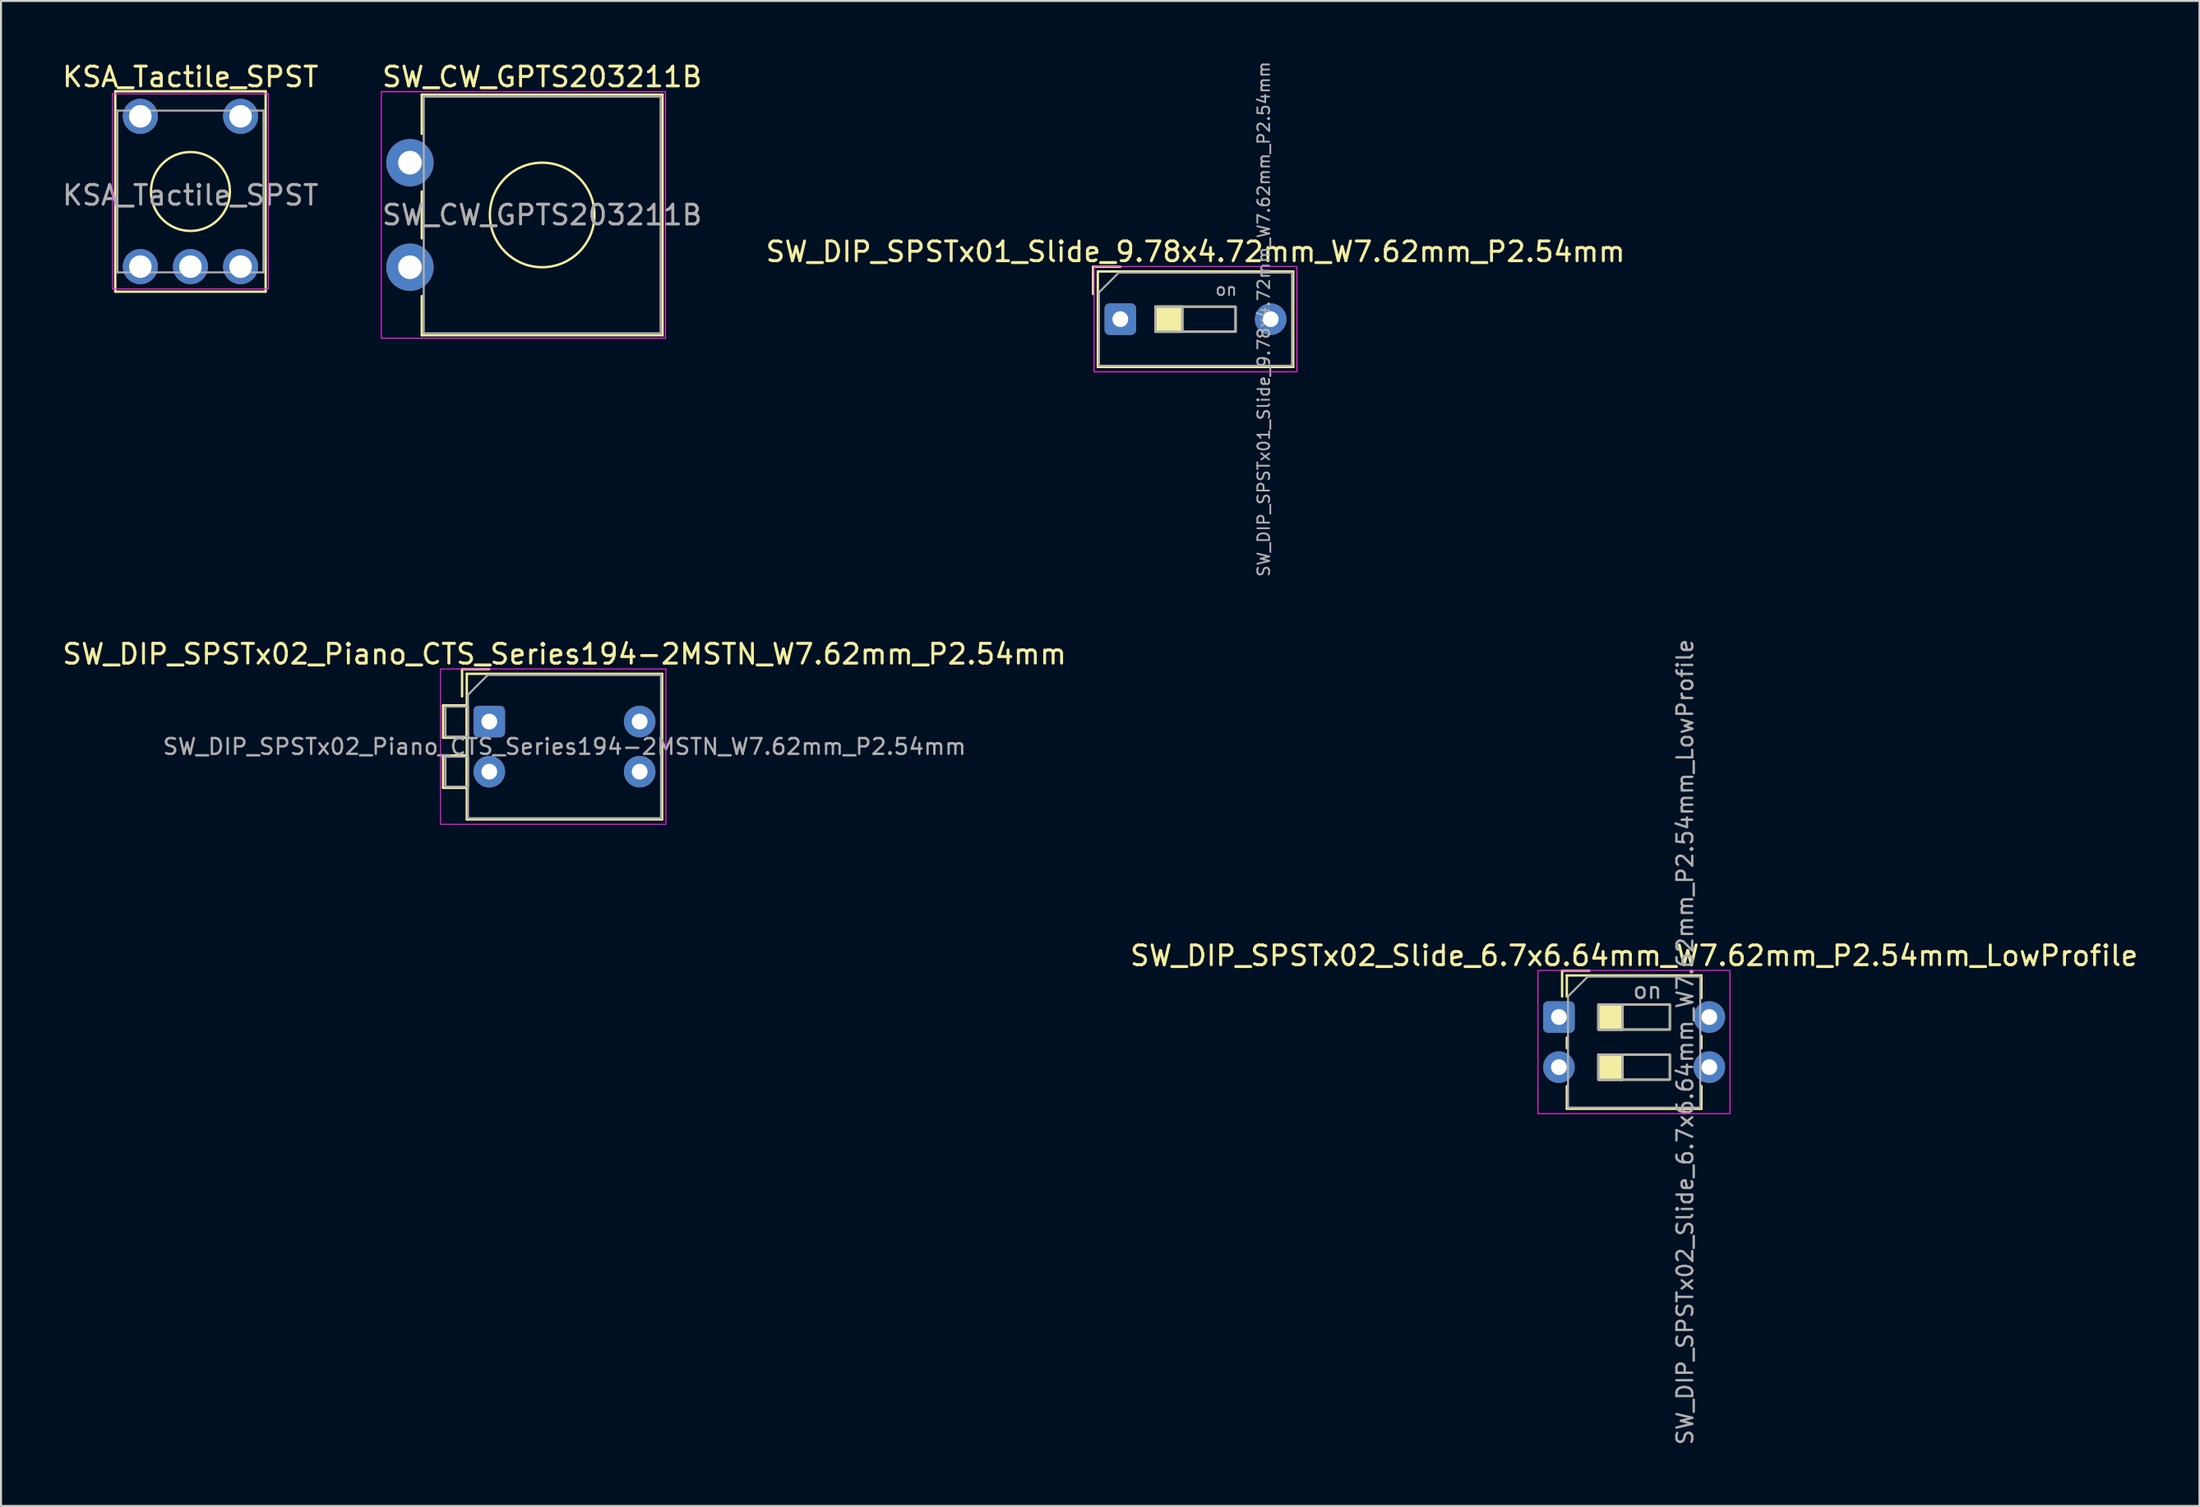
<source format=kicad_pcb>
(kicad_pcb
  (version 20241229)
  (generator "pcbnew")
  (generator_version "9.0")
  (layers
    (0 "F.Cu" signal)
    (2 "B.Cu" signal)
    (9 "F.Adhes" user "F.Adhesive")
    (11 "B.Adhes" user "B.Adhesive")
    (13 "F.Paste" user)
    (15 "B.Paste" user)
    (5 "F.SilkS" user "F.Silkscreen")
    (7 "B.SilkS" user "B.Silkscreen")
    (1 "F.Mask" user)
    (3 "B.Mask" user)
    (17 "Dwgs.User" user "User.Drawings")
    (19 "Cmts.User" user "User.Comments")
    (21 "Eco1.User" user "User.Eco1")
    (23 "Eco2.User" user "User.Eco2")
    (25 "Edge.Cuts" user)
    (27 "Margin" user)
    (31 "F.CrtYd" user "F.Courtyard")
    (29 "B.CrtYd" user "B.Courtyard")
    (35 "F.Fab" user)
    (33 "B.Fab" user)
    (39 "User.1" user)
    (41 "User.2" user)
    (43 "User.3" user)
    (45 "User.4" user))
  (footprint "SW_DIP_SPSTx01_Slide_9.78x4.72mm_W7.62mm_P2.54mm"
    (layer "F.Cu")
    (at 53.72 13.132)
    (property "Reference" "SW_DIP_SPSTx01_Slide_9.78x4.72mm_W7.62mm_P2.54mm" (at 3.81 -3.42 0) (layer "F.SilkS") (effects (font (size 1 1) (thickness 0.15))))
    (attr through_hole)
    (fp_line (start -1.38 -2.66) (end -1.38 -1.277) (stroke (width 0.12) (type solid)) (layer "F.SilkS"))
    (fp_line (start -1.38 -2.66) (end 0.003 -2.66) (stroke (width 0.12) (type solid)) (layer "F.SilkS"))
    (fp_line (start -1.14 -2.42) (end -1.14 2.42) (stroke (width 0.12) (type solid)) (layer "F.SilkS"))
    (fp_line (start -1.14 -2.42) (end 8.76 -2.42) (stroke (width 0.12) (type solid)) (layer "F.SilkS"))
    (fp_line (start -1.14 2.42) (end 8.76 2.42) (stroke (width 0.12) (type solid)) (layer "F.SilkS"))
    (fp_line (start 3.133 -0.635) (end 3.133 0.635) (stroke (width 0.12) (type solid)) (layer "F.SilkS"))
    (fp_line (start 8.76 -2.42) (end 8.76 2.42) (stroke (width 0.12) (type solid)) (layer "F.SilkS"))
    (fp_rect (start 1.78 -0.635) (end 3.133 0.635) (stroke (width 0.12) (type solid)) (fill yes) (layer "F.SilkS"))
    (fp_rect (start 1.78 -0.635) (end 5.84 0.635) (stroke (width 0.12) (type solid)) (fill no) (layer "F.SilkS"))
    (fp_rect (start -1.33 -2.67) (end 8.95 2.67) (stroke (width 0.05) (type solid)) (fill no) (layer "F.CrtYd"))
    (fp_line (start -1.08 -1.36) (end -0.08 -2.36) (stroke (width 0.1) (type solid)) (layer "F.Fab"))
    (fp_line (start -1.08 2.36) (end -1.08 -1.36) (stroke (width 0.1) (type solid)) (layer "F.Fab"))
    (fp_line (start -0.08 -2.36) (end 8.7 -2.36) (stroke (width 0.1) (type solid)) (layer "F.Fab"))
    (fp_line (start 3.133 -0.635) (end 3.133 0.635) (stroke (width 0.1) (type solid)) (layer "F.Fab"))
    (fp_line (start 8.7 -2.36) (end 8.7 2.36) (stroke (width 0.1) (type solid)) (layer "F.Fab"))
    (fp_line (start 8.7 2.36) (end -1.08 2.36) (stroke (width 0.1) (type solid)) (layer "F.Fab"))
    (fp_rect (start 1.78 -0.635) (end 3.133 0.635) (stroke (width 0.1) (type solid)) (fill no) (layer "F.Fab"))
    (fp_rect (start 1.78 -0.635) (end 5.84 0.635) (stroke (width 0.1) (type solid)) (fill no) (layer "F.Fab"))
    (fp_text user "on" (at 5.365 -1.498 0) (layer "F.Fab") (effects (font (size 0.6 0.6) (thickness 0.09))))
    (fp_text user "${REFERENCE}" (at 7.27 0 90) (layer "F.Fab") (effects (font (size 0.6 0.6) (thickness 0.09))))
    (pad "1" thru_hole roundrect (at 0 0) (size 1.6 1.6) (drill 0.8) (layers "*.Cu" "*.Mask") (roundrect_rratio 0.156))
    (pad "2" thru_hole circle (at 7.62 0) (size 1.6 1.6) (drill 0.8) (layers "*.Cu" "*.Mask")))
  (footprint "SW_DIP_SPSTx02_Slide_6.7x6.64mm_W7.62mm_P2.54mm_LowProfile"
    (layer "F.Cu")
    (at 75.946 48.513)
    (property "Reference" "SW_DIP_SPSTx02_Slide_6.7x6.64mm_W7.62mm_P2.54mm_LowProfile" (at 3.81 -3.11 0) (layer "F.SilkS") (effects (font (size 1 1) (thickness 0.15))))
    (attr through_hole)
    (fp_line (start 0.16 -2.35) (end 0.16 -1.04) (stroke (width 0.12) (type solid)) (layer "F.SilkS"))
    (fp_line (start 0.16 -2.35) (end 1.543 -2.35) (stroke (width 0.12) (type solid)) (layer "F.SilkS"))
    (fp_line (start 0.4 -2.11) (end 0.4 -1.04) (stroke (width 0.12) (type solid)) (layer "F.SilkS"))
    (fp_line (start 0.4 -2.11) (end 7.22 -2.11) (stroke (width 0.12) (type solid)) (layer "F.SilkS"))
    (fp_line (start 0.4 1.04) (end 0.4 1.58) (stroke (width 0.12) (type solid)) (layer "F.SilkS"))
    (fp_line (start 0.4 3.5) (end 0.4 4.65) (stroke (width 0.12) (type solid)) (layer "F.SilkS"))
    (fp_line (start 0.4 4.65) (end 7.22 4.65) (stroke (width 0.12) (type solid)) (layer "F.SilkS"))
    (fp_line (start 3.207 -0.635) (end 3.207 0.635) (stroke (width 0.12) (type solid)) (layer "F.SilkS"))
    (fp_line (start 3.207 1.905) (end 3.207 3.175) (stroke (width 0.12) (type solid)) (layer "F.SilkS"))
    (fp_line (start 7.22 -2.11) (end 7.22 -0.96) (stroke (width 0.12) (type solid)) (layer "F.SilkS"))
    (fp_line (start 7.22 0.96) (end 7.22 1.58) (stroke (width 0.12) (type solid)) (layer "F.SilkS"))
    (fp_line (start 7.22 3.5) (end 7.22 4.65) (stroke (width 0.12) (type solid)) (layer "F.SilkS"))
    (fp_rect (start 2 -0.635) (end 3.207 0.635) (stroke (width 0.12) (type solid)) (fill yes) (layer "F.SilkS"))
    (fp_rect (start 2 -0.635) (end 5.62 0.635) (stroke (width 0.12) (type solid)) (fill no) (layer "F.SilkS"))
    (fp_rect (start 2 1.905) (end 3.207 3.175) (stroke (width 0.12) (type solid)) (fill yes) (layer "F.SilkS"))
    (fp_rect (start 2 1.905) (end 5.62 3.175) (stroke (width 0.12) (type solid)) (fill no) (layer "F.SilkS"))
    (fp_rect (start -1.06 -2.36) (end 8.67 4.9) (stroke (width 0.05) (type solid)) (fill no) (layer "F.CrtYd"))
    (fp_line (start 0.46 -1.05) (end 1.46 -2.05) (stroke (width 0.1) (type solid)) (layer "F.Fab"))
    (fp_line (start 0.46 4.59) (end 0.46 -1.05) (stroke (width 0.1) (type solid)) (layer "F.Fab"))
    (fp_line (start 1.46 -2.05) (end 7.16 -2.05) (stroke (width 0.1) (type solid)) (layer "F.Fab"))
    (fp_line (start 3.207 -0.635) (end 3.207 0.635) (stroke (width 0.1) (type solid)) (layer "F.Fab"))
    (fp_line (start 3.207 1.905) (end 3.207 3.175) (stroke (width 0.1) (type solid)) (layer "F.Fab"))
    (fp_line (start 7.16 -2.05) (end 7.16 4.59) (stroke (width 0.1) (type solid)) (layer "F.Fab"))
    (fp_line (start 7.16 4.59) (end 0.46 4.59) (stroke (width 0.1) (type solid)) (layer "F.Fab"))
    (fp_rect (start 2 -0.635) (end 3.207 0.635) (stroke (width 0.1) (type solid)) (fill no) (layer "F.Fab"))
    (fp_rect (start 2 -0.635) (end 5.62 0.635) (stroke (width 0.1) (type solid)) (fill no) (layer "F.Fab"))
    (fp_rect (start 2 1.905) (end 3.207 3.175) (stroke (width 0.1) (type solid)) (fill no) (layer "F.Fab"))
    (fp_rect (start 2 1.905) (end 5.62 3.175) (stroke (width 0.1) (type solid)) (fill no) (layer "F.Fab"))
    (fp_text user "${REFERENCE}" (at 6.39 1.27 90) (layer "F.Fab") (effects (font (size 0.8 0.8) (thickness 0.12))))
    (fp_text user "on" (at 4.485 -1.343 0) (layer "F.Fab") (effects (font (size 0.8 0.8) (thickness 0.12))))
    (pad "1" thru_hole roundrect (at 0 0) (size 1.6 1.6) (drill 0.8) (layers "*.Cu" "*.Mask") (roundrect_rratio 0.156))
    (pad "2" thru_hole circle (at 0 2.54) (size 1.6 1.6) (drill 0.8) (layers "*.Cu" "*.Mask"))
    (pad "3" thru_hole circle (at 7.62 2.54) (size 1.6 1.6) (drill 0.8) (layers "*.Cu" "*.Mask"))
    (pad "4" thru_hole circle (at 7.62 0) (size 1.6 1.6) (drill 0.8) (layers "*.Cu" "*.Mask")))
  (footprint "KSA_Tactile_SPST"
    (layer "F.Cu")
    (at 4.061 2.848)
    (property "Reference" "KSA_Tactile_SPST" (at 2.54 -2 0) (layer "F.SilkS") (effects (font (size 1 1) (thickness 0.15))))
    (attr through_hole)
    (fp_line (start -1.27 -1.27) (end -1.27 8.89) (stroke (width 0.12) (type solid)) (layer "F.SilkS"))
    (fp_line (start -1.27 -1.27) (end 6.35 -1.27) (stroke (width 0.12) (type solid)) (layer "F.SilkS"))
    (fp_line (start -1.27 8.89) (end 6.35 8.89) (stroke (width 0.12) (type solid)) (layer "F.SilkS"))
    (fp_line (start 6.35 8.89) (end 6.35 -1.27) (stroke (width 0.12) (type solid)) (layer "F.SilkS"))
    (fp_circle (center 2.54 3.81) (end 0.54 3.81) (stroke (width 0.12) (type solid)) (fill no) (layer "F.SilkS"))
    (fp_line (start -1.41 -1.14) (end -1.41 8.75) (stroke (width 0.05) (type solid)) (layer "F.CrtYd"))
    (fp_line (start -1.41 -1.14) (end 6.49 -1.14) (stroke (width 0.05) (type solid)) (layer "F.CrtYd"))
    (fp_line (start 6.49 8.75) (end -1.41 8.75) (stroke (width 0.05) (type solid)) (layer "F.CrtYd"))
    (fp_line (start 6.49 8.75) (end 6.49 -1.14) (stroke (width 0.05) (type solid)) (layer "F.CrtYd"))
    (fp_line (start -1.16 7.91) (end -1.16 -0.29) (stroke (width 0.1) (type solid)) (layer "F.Fab"))
    (fp_line (start -1.16 7.91) (end 6.24 7.91) (stroke (width 0.1) (type solid)) (layer "F.Fab"))
    (fp_line (start 6.24 -0.29) (end -1.16 -0.29) (stroke (width 0.1) (type solid)) (layer "F.Fab"))
    (fp_line (start 6.24 7.91) (end 6.24 -0.29) (stroke (width 0.1) (type solid)) (layer "F.Fab"))
    (fp_text user "${REFERENCE}" (at 2.54 4 0) (layer "F.Fab") (effects (font (size 1 1) (thickness 0.15))))
    (pad "1" thru_hole circle (at 0 0) (size 1.778 1.778) (drill 1.143) (layers "*.Cu" "*.Mask"))
    (pad "2" thru_hole circle (at 5.08 0) (size 1.778 1.778) (drill 1.143) (layers "*.Cu" "*.Mask"))
    (pad "3" thru_hole circle (at 5.08 7.62) (size 1.778 1.778) (drill 1.143) (layers "*.Cu" "*.Mask"))
    (pad "4" thru_hole circle (at 2.54 7.62) (size 1.778 1.778) (drill 1.143) (layers "*.Cu" "*.Mask"))
    (pad "5" thru_hole circle (at 0 7.62) (size 1.778 1.778) (drill 1.143) (layers "*.Cu" "*.Mask")))
  (footprint "SW_DIP_SPSTx02_Piano_CTS_Series194-2MSTN_W7.62mm_P2.54mm"
    (layer "F.Cu")
    (at 21.744 33.533)
    (property "Reference" "SW_DIP_SPSTx02_Piano_CTS_Series194-2MSTN_W7.62mm_P2.54mm" (at 3.81 -3.42 0) (layer "F.SilkS") (effects (font (size 1 1) (thickness 0.15))))
    (attr through_hole)
    (fp_line (start -2.34 -0.82) (end -1.14 -0.82) (stroke (width 0.12) (type solid)) (layer "F.SilkS"))
    (fp_line (start -2.34 0.82) (end -2.34 -0.82) (stroke (width 0.12) (type solid)) (layer "F.SilkS"))
    (fp_line (start -2.34 1.72) (end -1.14 1.72) (stroke (width 0.12) (type solid)) (layer "F.SilkS"))
    (fp_line (start -2.34 3.36) (end -2.34 1.72) (stroke (width 0.12) (type solid)) (layer "F.SilkS"))
    (fp_line (start -1.38 -2.66) (end -1.38 -1.277) (stroke (width 0.12) (type solid)) (layer "F.SilkS"))
    (fp_line (start -1.38 -2.66) (end 0.003 -2.66) (stroke (width 0.12) (type solid)) (layer "F.SilkS"))
    (fp_line (start -1.14 -2.42) (end -1.14 4.96) (stroke (width 0.12) (type solid)) (layer "F.SilkS"))
    (fp_line (start -1.14 -2.42) (end 8.76 -2.42) (stroke (width 0.12) (type solid)) (layer "F.SilkS"))
    (fp_line (start -1.14 -0.82) (end -1.14 0.82) (stroke (width 0.12) (type solid)) (layer "F.SilkS"))
    (fp_line (start -1.14 0.82) (end -2.34 0.82) (stroke (width 0.12) (type solid)) (layer "F.SilkS"))
    (fp_line (start -1.14 1.72) (end -1.14 3.36) (stroke (width 0.12) (type solid)) (layer "F.SilkS"))
    (fp_line (start -1.14 3.36) (end -2.34 3.36) (stroke (width 0.12) (type solid)) (layer "F.SilkS"))
    (fp_line (start -1.14 4.96) (end 8.76 4.96) (stroke (width 0.12) (type solid)) (layer "F.SilkS"))
    (fp_line (start 8.76 -2.42) (end 8.76 4.96) (stroke (width 0.12) (type solid)) (layer "F.SilkS"))
    (fp_rect (start -2.47 -2.67) (end 8.95 5.21) (stroke (width 0.05) (type solid)) (fill no) (layer "F.CrtYd"))
    (fp_line (start -1.08 -1.36) (end -0.08 -2.36) (stroke (width 0.1) (type solid)) (layer "F.Fab"))
    (fp_line (start -1.08 4.9) (end -1.08 -1.36) (stroke (width 0.1) (type solid)) (layer "F.Fab"))
    (fp_line (start -0.08 -2.36) (end 8.7 -2.36) (stroke (width 0.1) (type solid)) (layer "F.Fab"))
    (fp_line (start 8.7 -2.36) (end 8.7 4.9) (stroke (width 0.1) (type solid)) (layer "F.Fab"))
    (fp_line (start 8.7 4.9) (end -1.08 4.9) (stroke (width 0.1) (type solid)) (layer "F.Fab"))
    (fp_rect (start -2.22 -0.76) (end -1.08 0.76) (stroke (width 0.1) (type solid)) (fill no) (layer "F.Fab"))
    (fp_rect (start -2.22 1.78) (end -1.08 3.3) (stroke (width 0.1) (type solid)) (fill no) (layer "F.Fab"))
    (fp_text user "${REFERENCE}" (at 3.81 1.27 0) (layer "F.Fab") (effects (font (size 0.8 0.8) (thickness 0.12))))
    (pad "1" thru_hole roundrect (at 0 0) (size 1.6 1.6) (drill 0.8) (layers "*.Cu" "*.Mask") (roundrect_rratio 0.156))
    (pad "2" thru_hole circle (at 0 2.54) (size 1.6 1.6) (drill 0.8) (layers "*.Cu" "*.Mask"))
    (pad "3" thru_hole circle (at 7.62 2.54) (size 1.6 1.6) (drill 0.8) (layers "*.Cu" "*.Mask"))
    (pad "4" thru_hole circle (at 7.62 0) (size 1.6 1.6) (drill 0.8) (layers "*.Cu" "*.Mask")))
  (footprint "SW_CW_GPTS203211B"
    (layer "F.Cu")
    (at 17.723 5.198)
    (property "Reference" "SW_CW_GPTS203211B" (at 6.7 -4.35 0) (layer "F.SilkS") (effects (font (size 1 1) (thickness 0.15))))
    (attr through_hole)
    (fp_line (start 0.6 -3.45) (end 12.8 -3.45) (stroke (width 0.12) (type solid)) (layer "F.SilkS"))
    (fp_line (start 0.6 -1.46) (end 0.6 -3.45) (stroke (width 0.12) (type solid)) (layer "F.SilkS"))
    (fp_line (start 0.6 1.46) (end 0.6 3.84) (stroke (width 0.12) (type solid)) (layer "F.SilkS"))
    (fp_line (start 0.6 8.75) (end 0.6 6.76) (stroke (width 0.12) (type solid)) (layer "F.SilkS"))
    (fp_line (start 12.8 -3.45) (end 12.8 8.75) (stroke (width 0.12) (type solid)) (layer "F.SilkS"))
    (fp_line (start 12.8 8.75) (end 0.6 8.75) (stroke (width 0.12) (type solid)) (layer "F.SilkS"))
    (fp_circle (center 6.7 2.65) (end 9.35 2.65) (stroke (width 0.12) (type solid)) (fill no) (layer "F.SilkS"))
    (fp_line (start -1.45 -3.6) (end -1.45 8.9) (stroke (width 0.05) (type solid)) (layer "F.CrtYd"))
    (fp_line (start -1.45 8.9) (end 12.95 8.9) (stroke (width 0.05) (type solid)) (layer "F.CrtYd"))
    (fp_line (start 12.95 -3.6) (end -1.45 -3.6) (stroke (width 0.05) (type solid)) (layer "F.CrtYd"))
    (fp_line (start 12.95 8.9) (end 12.95 -3.6) (stroke (width 0.05) (type solid)) (layer "F.CrtYd"))
    (fp_line (start 0.7 -3.35) (end 0.7 8.65) (stroke (width 0.1) (type solid)) (layer "F.Fab"))
    (fp_line (start 0.7 8.65) (end 12.7 8.65) (stroke (width 0.1) (type solid)) (layer "F.Fab"))
    (fp_line (start 12.7 -3.35) (end 0.7 -3.35) (stroke (width 0.1) (type solid)) (layer "F.Fab"))
    (fp_line (start 12.7 8.65) (end 12.7 -3.35) (stroke (width 0.1) (type solid)) (layer "F.Fab"))
    (fp_text user "${REFERENCE}" (at 6.7 2.65 0) (layer "F.Fab") (effects (font (size 1 1) (thickness 0.15))))
    (pad "1" thru_hole circle (at 0 0) (size 2.4 2.4) (drill 1.2) (layers "*.Cu" "*.Mask"))
    (pad "2" thru_hole circle (at 0 5.3) (size 2.4 2.4) (drill 1.2) (layers "*.Cu" "*.Mask")))
  (gr_rect
    (start -3 -3)
    (end 108.405 73.302)
    (stroke (width 0.1) (type default))
    (fill no)
    (layer "Edge.Cuts")))
</source>
